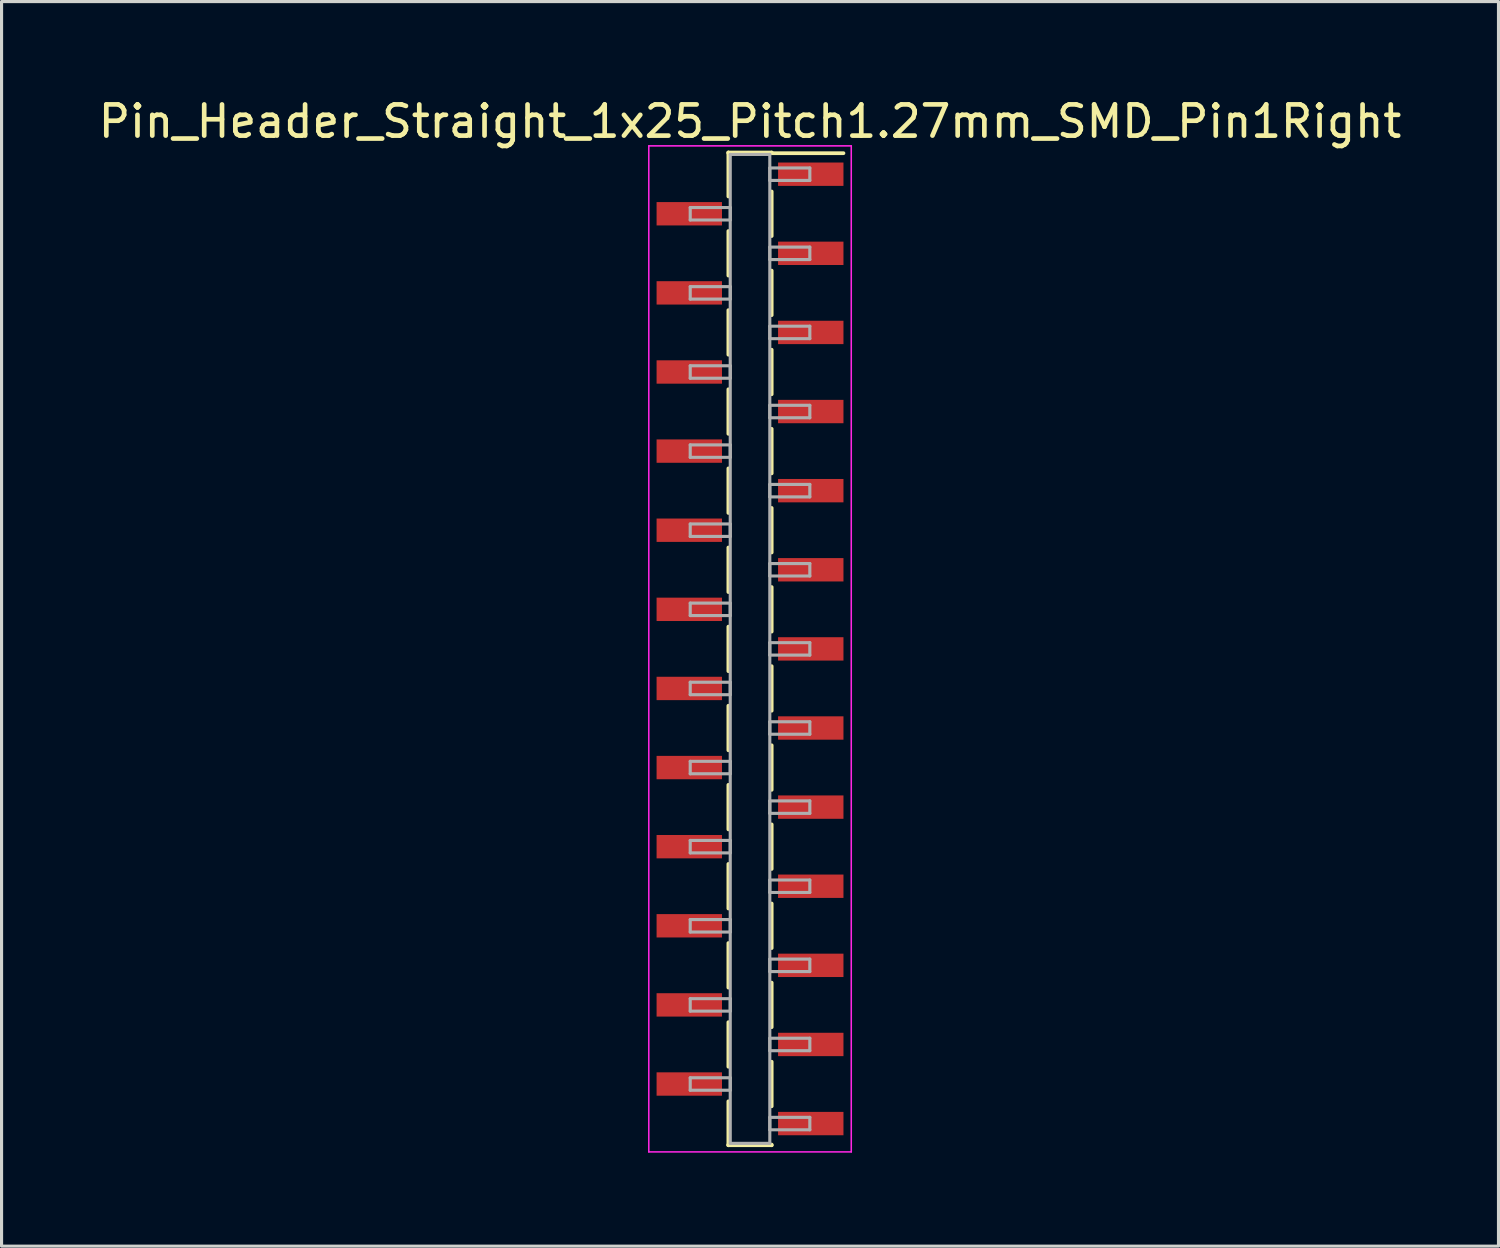
<source format=kicad_pcb>
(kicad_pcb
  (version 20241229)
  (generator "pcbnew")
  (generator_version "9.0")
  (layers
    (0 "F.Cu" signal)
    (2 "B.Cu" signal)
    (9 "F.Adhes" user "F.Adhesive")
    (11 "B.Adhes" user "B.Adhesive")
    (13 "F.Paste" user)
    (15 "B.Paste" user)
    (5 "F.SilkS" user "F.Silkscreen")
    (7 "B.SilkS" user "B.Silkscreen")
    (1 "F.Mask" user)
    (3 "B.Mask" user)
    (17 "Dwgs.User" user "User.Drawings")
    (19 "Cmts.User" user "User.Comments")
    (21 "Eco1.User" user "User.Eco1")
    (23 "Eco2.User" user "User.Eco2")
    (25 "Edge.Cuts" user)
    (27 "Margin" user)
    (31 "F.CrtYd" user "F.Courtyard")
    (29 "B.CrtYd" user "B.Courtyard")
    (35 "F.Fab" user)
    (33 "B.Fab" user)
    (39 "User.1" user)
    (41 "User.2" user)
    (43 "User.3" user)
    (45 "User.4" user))
  (footprint "Pin_Header_Straight_1x25_Pitch1.27mm_SMD_Pin1Right"
    (layer "F.Cu")
    (at 21.03 17.783)
    (property "Reference" "Pin_Header_Straight_1x25_Pitch1.27mm_SMD_Pin1Right" (at 0 -16.935 0) (layer "F.SilkS") (effects (font (size 1 1) (thickness 0.15))))
    (attr smd)
    (fp_line (start -0.695 -15.935) (end -0.695 -14.525) (stroke (width 0.12) (type solid)) (layer "F.SilkS"))
    (fp_line (start -0.695 -15.935) (end 0.695 -15.935) (stroke (width 0.12) (type solid)) (layer "F.SilkS"))
    (fp_line (start -0.695 -15.915) (end -0.695 -15.935) (stroke (width 0.12) (type solid)) (layer "F.SilkS"))
    (fp_line (start -0.695 -13.415) (end -0.695 -11.985) (stroke (width 0.12) (type solid)) (layer "F.SilkS"))
    (fp_line (start -0.695 -10.875) (end -0.695 -9.445) (stroke (width 0.12) (type solid)) (layer "F.SilkS"))
    (fp_line (start -0.695 -8.335) (end -0.695 -6.905) (stroke (width 0.12) (type solid)) (layer "F.SilkS"))
    (fp_line (start -0.695 -5.795) (end -0.695 -4.365) (stroke (width 0.12) (type solid)) (layer "F.SilkS"))
    (fp_line (start -0.695 -3.255) (end -0.695 -1.825) (stroke (width 0.12) (type solid)) (layer "F.SilkS"))
    (fp_line (start -0.695 -0.715) (end -0.695 0.715) (stroke (width 0.12) (type solid)) (layer "F.SilkS"))
    (fp_line (start -0.695 1.825) (end -0.695 3.255) (stroke (width 0.12) (type solid)) (layer "F.SilkS"))
    (fp_line (start -0.695 4.365) (end -0.695 5.795) (stroke (width 0.12) (type solid)) (layer "F.SilkS"))
    (fp_line (start -0.695 6.905) (end -0.695 8.335) (stroke (width 0.12) (type solid)) (layer "F.SilkS"))
    (fp_line (start -0.695 9.445) (end -0.695 10.875) (stroke (width 0.12) (type solid)) (layer "F.SilkS"))
    (fp_line (start -0.695 11.985) (end -0.695 13.415) (stroke (width 0.12) (type solid)) (layer "F.SilkS"))
    (fp_line (start -0.695 14.525) (end -0.695 15.935) (stroke (width 0.12) (type solid)) (layer "F.SilkS"))
    (fp_line (start -0.695 15.915) (end -0.695 15.935) (stroke (width 0.12) (type solid)) (layer "F.SilkS"))
    (fp_line (start -0.695 15.935) (end 0.695 15.935) (stroke (width 0.12) (type solid)) (layer "F.SilkS"))
    (fp_line (start 0.695 -15.935) (end 0.695 -15.915) (stroke (width 0.12) (type solid)) (layer "F.SilkS"))
    (fp_line (start 0.695 -15.915) (end 3 -15.915) (stroke (width 0.12) (type solid)) (layer "F.SilkS"))
    (fp_line (start 0.695 -14.685) (end 0.695 -13.255) (stroke (width 0.12) (type solid)) (layer "F.SilkS"))
    (fp_line (start 0.695 -12.145) (end 0.695 -10.715) (stroke (width 0.12) (type solid)) (layer "F.SilkS"))
    (fp_line (start 0.695 -9.605) (end 0.695 -8.175) (stroke (width 0.12) (type solid)) (layer "F.SilkS"))
    (fp_line (start 0.695 -7.065) (end 0.695 -5.635) (stroke (width 0.12) (type solid)) (layer "F.SilkS"))
    (fp_line (start 0.695 -4.525) (end 0.695 -3.095) (stroke (width 0.12) (type solid)) (layer "F.SilkS"))
    (fp_line (start 0.695 -1.985) (end 0.695 -0.555) (stroke (width 0.12) (type solid)) (layer "F.SilkS"))
    (fp_line (start 0.695 0.555) (end 0.695 1.985) (stroke (width 0.12) (type solid)) (layer "F.SilkS"))
    (fp_line (start 0.695 3.095) (end 0.695 4.525) (stroke (width 0.12) (type solid)) (layer "F.SilkS"))
    (fp_line (start 0.695 5.635) (end 0.695 7.065) (stroke (width 0.12) (type solid)) (layer "F.SilkS"))
    (fp_line (start 0.695 8.175) (end 0.695 9.605) (stroke (width 0.12) (type solid)) (layer "F.SilkS"))
    (fp_line (start 0.695 10.715) (end 0.695 12.145) (stroke (width 0.12) (type solid)) (layer "F.SilkS"))
    (fp_line (start 0.695 13.255) (end 0.695 14.685) (stroke (width 0.12) (type solid)) (layer "F.SilkS"))
    (fp_line (start 0.695 15.935) (end 0.695 15.915) (stroke (width 0.12) (type solid)) (layer "F.SilkS"))
    (fp_line (start -3.25 -16.15) (end -3.25 16.15) (stroke (width 0.05) (type solid)) (layer "F.CrtYd"))
    (fp_line (start -3.25 16.15) (end 3.25 16.15) (stroke (width 0.05) (type solid)) (layer "F.CrtYd"))
    (fp_line (start 3.25 -16.15) (end -3.25 -16.15) (stroke (width 0.05) (type solid)) (layer "F.CrtYd"))
    (fp_line (start 3.25 16.15) (end 3.25 -16.15) (stroke (width 0.05) (type solid)) (layer "F.CrtYd"))
    (fp_line (start -1.92 -14.17) (end -0.635 -14.17) (stroke (width 0.1) (type solid)) (layer "F.Fab"))
    (fp_line (start -1.92 -13.77) (end -1.92 -14.17) (stroke (width 0.1) (type solid)) (layer "F.Fab"))
    (fp_line (start -1.92 -11.63) (end -0.635 -11.63) (stroke (width 0.1) (type solid)) (layer "F.Fab"))
    (fp_line (start -1.92 -11.23) (end -1.92 -11.63) (stroke (width 0.1) (type solid)) (layer "F.Fab"))
    (fp_line (start -1.92 -9.09) (end -0.635 -9.09) (stroke (width 0.1) (type solid)) (layer "F.Fab"))
    (fp_line (start -1.92 -8.69) (end -1.92 -9.09) (stroke (width 0.1) (type solid)) (layer "F.Fab"))
    (fp_line (start -1.92 -6.55) (end -0.635 -6.55) (stroke (width 0.1) (type solid)) (layer "F.Fab"))
    (fp_line (start -1.92 -6.15) (end -1.92 -6.55) (stroke (width 0.1) (type solid)) (layer "F.Fab"))
    (fp_line (start -1.92 -4.01) (end -0.635 -4.01) (stroke (width 0.1) (type solid)) (layer "F.Fab"))
    (fp_line (start -1.92 -3.61) (end -1.92 -4.01) (stroke (width 0.1) (type solid)) (layer "F.Fab"))
    (fp_line (start -1.92 -1.47) (end -0.635 -1.47) (stroke (width 0.1) (type solid)) (layer "F.Fab"))
    (fp_line (start -1.92 -1.07) (end -1.92 -1.47) (stroke (width 0.1) (type solid)) (layer "F.Fab"))
    (fp_line (start -1.92 1.07) (end -0.635 1.07) (stroke (width 0.1) (type solid)) (layer "F.Fab"))
    (fp_line (start -1.92 1.47) (end -1.92 1.07) (stroke (width 0.1) (type solid)) (layer "F.Fab"))
    (fp_line (start -1.92 3.61) (end -0.635 3.61) (stroke (width 0.1) (type solid)) (layer "F.Fab"))
    (fp_line (start -1.92 4.01) (end -1.92 3.61) (stroke (width 0.1) (type solid)) (layer "F.Fab"))
    (fp_line (start -1.92 6.15) (end -0.635 6.15) (stroke (width 0.1) (type solid)) (layer "F.Fab"))
    (fp_line (start -1.92 6.55) (end -1.92 6.15) (stroke (width 0.1) (type solid)) (layer "F.Fab"))
    (fp_line (start -1.92 8.69) (end -0.635 8.69) (stroke (width 0.1) (type solid)) (layer "F.Fab"))
    (fp_line (start -1.92 9.09) (end -1.92 8.69) (stroke (width 0.1) (type solid)) (layer "F.Fab"))
    (fp_line (start -1.92 11.23) (end -0.635 11.23) (stroke (width 0.1) (type solid)) (layer "F.Fab"))
    (fp_line (start -1.92 11.63) (end -1.92 11.23) (stroke (width 0.1) (type solid)) (layer "F.Fab"))
    (fp_line (start -1.92 13.77) (end -0.635 13.77) (stroke (width 0.1) (type solid)) (layer "F.Fab"))
    (fp_line (start -1.92 14.17) (end -1.92 13.77) (stroke (width 0.1) (type solid)) (layer "F.Fab"))
    (fp_line (start -0.635 -15.875) (end -0.635 15.875) (stroke (width 0.1) (type solid)) (layer "F.Fab"))
    (fp_line (start -0.635 -14.17) (end -0.635 -13.77) (stroke (width 0.1) (type solid)) (layer "F.Fab"))
    (fp_line (start -0.635 -13.77) (end -1.92 -13.77) (stroke (width 0.1) (type solid)) (layer "F.Fab"))
    (fp_line (start -0.635 -11.63) (end -0.635 -11.23) (stroke (width 0.1) (type solid)) (layer "F.Fab"))
    (fp_line (start -0.635 -11.23) (end -1.92 -11.23) (stroke (width 0.1) (type solid)) (layer "F.Fab"))
    (fp_line (start -0.635 -9.09) (end -0.635 -8.69) (stroke (width 0.1) (type solid)) (layer "F.Fab"))
    (fp_line (start -0.635 -8.69) (end -1.92 -8.69) (stroke (width 0.1) (type solid)) (layer "F.Fab"))
    (fp_line (start -0.635 -6.55) (end -0.635 -6.15) (stroke (width 0.1) (type solid)) (layer "F.Fab"))
    (fp_line (start -0.635 -6.15) (end -1.92 -6.15) (stroke (width 0.1) (type solid)) (layer "F.Fab"))
    (fp_line (start -0.635 -4.01) (end -0.635 -3.61) (stroke (width 0.1) (type solid)) (layer "F.Fab"))
    (fp_line (start -0.635 -3.61) (end -1.92 -3.61) (stroke (width 0.1) (type solid)) (layer "F.Fab"))
    (fp_line (start -0.635 -1.47) (end -0.635 -1.07) (stroke (width 0.1) (type solid)) (layer "F.Fab"))
    (fp_line (start -0.635 -1.07) (end -1.92 -1.07) (stroke (width 0.1) (type solid)) (layer "F.Fab"))
    (fp_line (start -0.635 1.07) (end -0.635 1.47) (stroke (width 0.1) (type solid)) (layer "F.Fab"))
    (fp_line (start -0.635 1.47) (end -1.92 1.47) (stroke (width 0.1) (type solid)) (layer "F.Fab"))
    (fp_line (start -0.635 3.61) (end -0.635 4.01) (stroke (width 0.1) (type solid)) (layer "F.Fab"))
    (fp_line (start -0.635 4.01) (end -1.92 4.01) (stroke (width 0.1) (type solid)) (layer "F.Fab"))
    (fp_line (start -0.635 6.15) (end -0.635 6.55) (stroke (width 0.1) (type solid)) (layer "F.Fab"))
    (fp_line (start -0.635 6.55) (end -1.92 6.55) (stroke (width 0.1) (type solid)) (layer "F.Fab"))
    (fp_line (start -0.635 8.69) (end -0.635 9.09) (stroke (width 0.1) (type solid)) (layer "F.Fab"))
    (fp_line (start -0.635 9.09) (end -1.92 9.09) (stroke (width 0.1) (type solid)) (layer "F.Fab"))
    (fp_line (start -0.635 11.23) (end -0.635 11.63) (stroke (width 0.1) (type solid)) (layer "F.Fab"))
    (fp_line (start -0.635 11.63) (end -1.92 11.63) (stroke (width 0.1) (type solid)) (layer "F.Fab"))
    (fp_line (start -0.635 13.77) (end -0.635 14.17) (stroke (width 0.1) (type solid)) (layer "F.Fab"))
    (fp_line (start -0.635 14.17) (end -1.92 14.17) (stroke (width 0.1) (type solid)) (layer "F.Fab"))
    (fp_line (start -0.635 15.875) (end 0.635 15.875) (stroke (width 0.1) (type solid)) (layer "F.Fab"))
    (fp_line (start 0.635 -15.875) (end -0.635 -15.875) (stroke (width 0.1) (type solid)) (layer "F.Fab"))
    (fp_line (start 0.635 -15.44) (end 0.635 -15.04) (stroke (width 0.1) (type solid)) (layer "F.Fab"))
    (fp_line (start 0.635 -15.04) (end 1.92 -15.04) (stroke (width 0.1) (type solid)) (layer "F.Fab"))
    (fp_line (start 0.635 -12.9) (end 0.635 -12.5) (stroke (width 0.1) (type solid)) (layer "F.Fab"))
    (fp_line (start 0.635 -12.5) (end 1.92 -12.5) (stroke (width 0.1) (type solid)) (layer "F.Fab"))
    (fp_line (start 0.635 -10.36) (end 0.635 -9.96) (stroke (width 0.1) (type solid)) (layer "F.Fab"))
    (fp_line (start 0.635 -9.96) (end 1.92 -9.96) (stroke (width 0.1) (type solid)) (layer "F.Fab"))
    (fp_line (start 0.635 -7.82) (end 0.635 -7.42) (stroke (width 0.1) (type solid)) (layer "F.Fab"))
    (fp_line (start 0.635 -7.42) (end 1.92 -7.42) (stroke (width 0.1) (type solid)) (layer "F.Fab"))
    (fp_line (start 0.635 -5.28) (end 0.635 -4.88) (stroke (width 0.1) (type solid)) (layer "F.Fab"))
    (fp_line (start 0.635 -4.88) (end 1.92 -4.88) (stroke (width 0.1) (type solid)) (layer "F.Fab"))
    (fp_line (start 0.635 -2.74) (end 0.635 -2.34) (stroke (width 0.1) (type solid)) (layer "F.Fab"))
    (fp_line (start 0.635 -2.34) (end 1.92 -2.34) (stroke (width 0.1) (type solid)) (layer "F.Fab"))
    (fp_line (start 0.635 -0.2) (end 0.635 0.2) (stroke (width 0.1) (type solid)) (layer "F.Fab"))
    (fp_line (start 0.635 0.2) (end 1.92 0.2) (stroke (width 0.1) (type solid)) (layer "F.Fab"))
    (fp_line (start 0.635 2.34) (end 0.635 2.74) (stroke (width 0.1) (type solid)) (layer "F.Fab"))
    (fp_line (start 0.635 2.74) (end 1.92 2.74) (stroke (width 0.1) (type solid)) (layer "F.Fab"))
    (fp_line (start 0.635 4.88) (end 0.635 5.28) (stroke (width 0.1) (type solid)) (layer "F.Fab"))
    (fp_line (start 0.635 5.28) (end 1.92 5.28) (stroke (width 0.1) (type solid)) (layer "F.Fab"))
    (fp_line (start 0.635 7.42) (end 0.635 7.82) (stroke (width 0.1) (type solid)) (layer "F.Fab"))
    (fp_line (start 0.635 7.82) (end 1.92 7.82) (stroke (width 0.1) (type solid)) (layer "F.Fab"))
    (fp_line (start 0.635 9.96) (end 0.635 10.36) (stroke (width 0.1) (type solid)) (layer "F.Fab"))
    (fp_line (start 0.635 10.36) (end 1.92 10.36) (stroke (width 0.1) (type solid)) (layer "F.Fab"))
    (fp_line (start 0.635 12.5) (end 0.635 12.9) (stroke (width 0.1) (type solid)) (layer "F.Fab"))
    (fp_line (start 0.635 12.9) (end 1.92 12.9) (stroke (width 0.1) (type solid)) (layer "F.Fab"))
    (fp_line (start 0.635 15.04) (end 0.635 15.44) (stroke (width 0.1) (type solid)) (layer "F.Fab"))
    (fp_line (start 0.635 15.44) (end 1.92 15.44) (stroke (width 0.1) (type solid)) (layer "F.Fab"))
    (fp_line (start 0.635 15.875) (end 0.635 -15.875) (stroke (width 0.1) (type solid)) (layer "F.Fab"))
    (fp_line (start 1.92 -15.44) (end 0.635 -15.44) (stroke (width 0.1) (type solid)) (layer "F.Fab"))
    (fp_line (start 1.92 -15.04) (end 1.92 -15.44) (stroke (width 0.1) (type solid)) (layer "F.Fab"))
    (fp_line (start 1.92 -12.9) (end 0.635 -12.9) (stroke (width 0.1) (type solid)) (layer "F.Fab"))
    (fp_line (start 1.92 -12.5) (end 1.92 -12.9) (stroke (width 0.1) (type solid)) (layer "F.Fab"))
    (fp_line (start 1.92 -10.36) (end 0.635 -10.36) (stroke (width 0.1) (type solid)) (layer "F.Fab"))
    (fp_line (start 1.92 -9.96) (end 1.92 -10.36) (stroke (width 0.1) (type solid)) (layer "F.Fab"))
    (fp_line (start 1.92 -7.82) (end 0.635 -7.82) (stroke (width 0.1) (type solid)) (layer "F.Fab"))
    (fp_line (start 1.92 -7.42) (end 1.92 -7.82) (stroke (width 0.1) (type solid)) (layer "F.Fab"))
    (fp_line (start 1.92 -5.28) (end 0.635 -5.28) (stroke (width 0.1) (type solid)) (layer "F.Fab"))
    (fp_line (start 1.92 -4.88) (end 1.92 -5.28) (stroke (width 0.1) (type solid)) (layer "F.Fab"))
    (fp_line (start 1.92 -2.74) (end 0.635 -2.74) (stroke (width 0.1) (type solid)) (layer "F.Fab"))
    (fp_line (start 1.92 -2.34) (end 1.92 -2.74) (stroke (width 0.1) (type solid)) (layer "F.Fab"))
    (fp_line (start 1.92 -0.2) (end 0.635 -0.2) (stroke (width 0.1) (type solid)) (layer "F.Fab"))
    (fp_line (start 1.92 0.2) (end 1.92 -0.2) (stroke (width 0.1) (type solid)) (layer "F.Fab"))
    (fp_line (start 1.92 2.34) (end 0.635 2.34) (stroke (width 0.1) (type solid)) (layer "F.Fab"))
    (fp_line (start 1.92 2.74) (end 1.92 2.34) (stroke (width 0.1) (type solid)) (layer "F.Fab"))
    (fp_line (start 1.92 4.88) (end 0.635 4.88) (stroke (width 0.1) (type solid)) (layer "F.Fab"))
    (fp_line (start 1.92 5.28) (end 1.92 4.88) (stroke (width 0.1) (type solid)) (layer "F.Fab"))
    (fp_line (start 1.92 7.42) (end 0.635 7.42) (stroke (width 0.1) (type solid)) (layer "F.Fab"))
    (fp_line (start 1.92 7.82) (end 1.92 7.42) (stroke (width 0.1) (type solid)) (layer "F.Fab"))
    (fp_line (start 1.92 9.96) (end 0.635 9.96) (stroke (width 0.1) (type solid)) (layer "F.Fab"))
    (fp_line (start 1.92 10.36) (end 1.92 9.96) (stroke (width 0.1) (type solid)) (layer "F.Fab"))
    (fp_line (start 1.92 12.5) (end 0.635 12.5) (stroke (width 0.1) (type solid)) (layer "F.Fab"))
    (fp_line (start 1.92 12.9) (end 1.92 12.5) (stroke (width 0.1) (type solid)) (layer "F.Fab"))
    (fp_line (start 1.92 15.04) (end 0.635 15.04) (stroke (width 0.1) (type solid)) (layer "F.Fab"))
    (fp_line (start 1.92 15.44) (end 1.92 15.04) (stroke (width 0.1) (type solid)) (layer "F.Fab"))
    (pad "1" smd rect (at 1.95 -15.24) (size 2.1 0.75) (layers "F.Cu" "F.Mask"))
    (pad "2" smd rect (at -1.95 -13.97) (size 2.1 0.75) (layers "F.Cu" "F.Mask"))
    (pad "3" smd rect (at 1.95 -12.7) (size 2.1 0.75) (layers "F.Cu" "F.Mask"))
    (pad "4" smd rect (at -1.95 -11.43) (size 2.1 0.75) (layers "F.Cu" "F.Mask"))
    (pad "5" smd rect (at 1.95 -10.16) (size 2.1 0.75) (layers "F.Cu" "F.Mask"))
    (pad "6" smd rect (at -1.95 -8.89) (size 2.1 0.75) (layers "F.Cu" "F.Mask"))
    (pad "7" smd rect (at 1.95 -7.62) (size 2.1 0.75) (layers "F.Cu" "F.Mask"))
    (pad "8" smd rect (at -1.95 -6.35) (size 2.1 0.75) (layers "F.Cu" "F.Mask"))
    (pad "9" smd rect (at 1.95 -5.08) (size 2.1 0.75) (layers "F.Cu" "F.Mask"))
    (pad "10" smd rect (at -1.95 -3.81) (size 2.1 0.75) (layers "F.Cu" "F.Mask"))
    (pad "11" smd rect (at 1.95 -2.54) (size 2.1 0.75) (layers "F.Cu" "F.Mask"))
    (pad "12" smd rect (at -1.95 -1.27) (size 2.1 0.75) (layers "F.Cu" "F.Mask"))
    (pad "13" smd rect (at 1.95 0) (size 2.1 0.75) (layers "F.Cu" "F.Mask"))
    (pad "14" smd rect (at -1.95 1.27) (size 2.1 0.75) (layers "F.Cu" "F.Mask"))
    (pad "15" smd rect (at 1.95 2.54) (size 2.1 0.75) (layers "F.Cu" "F.Mask"))
    (pad "16" smd rect (at -1.95 3.81) (size 2.1 0.75) (layers "F.Cu" "F.Mask"))
    (pad "17" smd rect (at 1.95 5.08) (size 2.1 0.75) (layers "F.Cu" "F.Mask"))
    (pad "18" smd rect (at -1.95 6.35) (size 2.1 0.75) (layers "F.Cu" "F.Mask"))
    (pad "19" smd rect (at 1.95 7.62) (size 2.1 0.75) (layers "F.Cu" "F.Mask"))
    (pad "20" smd rect (at -1.95 8.89) (size 2.1 0.75) (layers "F.Cu" "F.Mask"))
    (pad "21" smd rect (at 1.95 10.16) (size 2.1 0.75) (layers "F.Cu" "F.Mask"))
    (pad "22" smd rect (at -1.95 11.43) (size 2.1 0.75) (layers "F.Cu" "F.Mask"))
    (pad "23" smd rect (at 1.95 12.7) (size 2.1 0.75) (layers "F.Cu" "F.Mask"))
    (pad "24" smd rect (at -1.95 13.97) (size 2.1 0.75) (layers "F.Cu" "F.Mask"))
    (pad "25" smd rect (at 1.95 15.24) (size 2.1 0.75) (layers "F.Cu" "F.Mask")))
  (gr_rect
    (start -3 -3)
    (end 45.06 36.958)
    (stroke (width 0.1) (type default))
    (fill no)
    (layer "Edge.Cuts")))
</source>
